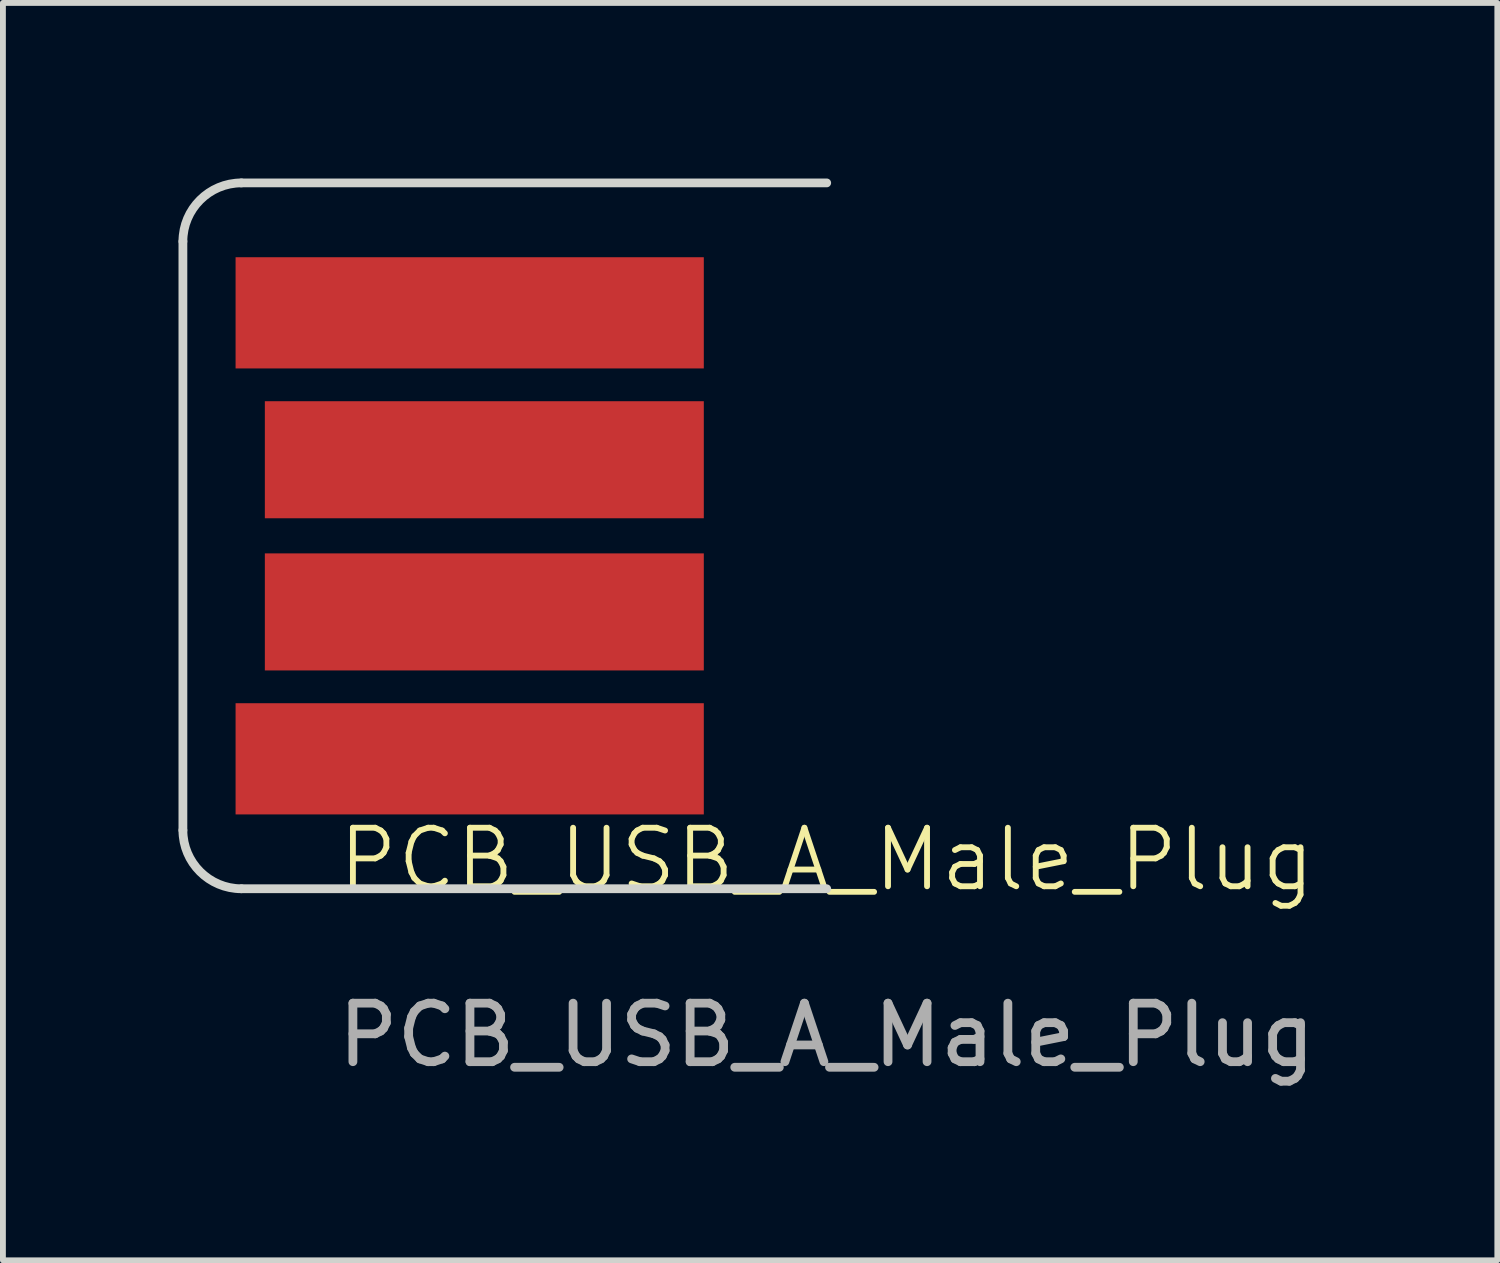
<source format=kicad_pcb>
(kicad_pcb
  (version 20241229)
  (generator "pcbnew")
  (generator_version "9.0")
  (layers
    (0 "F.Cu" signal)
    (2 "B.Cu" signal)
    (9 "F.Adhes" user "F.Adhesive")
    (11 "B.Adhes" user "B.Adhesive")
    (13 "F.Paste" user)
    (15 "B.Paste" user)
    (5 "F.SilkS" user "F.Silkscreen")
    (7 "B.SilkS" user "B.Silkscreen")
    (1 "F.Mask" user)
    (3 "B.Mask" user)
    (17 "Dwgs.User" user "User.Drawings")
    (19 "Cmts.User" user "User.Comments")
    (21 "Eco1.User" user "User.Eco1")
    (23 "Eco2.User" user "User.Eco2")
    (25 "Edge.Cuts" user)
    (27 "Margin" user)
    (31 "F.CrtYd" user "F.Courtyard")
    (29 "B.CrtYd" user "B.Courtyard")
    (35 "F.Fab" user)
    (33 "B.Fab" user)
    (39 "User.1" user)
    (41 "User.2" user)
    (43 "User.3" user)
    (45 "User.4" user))
  (footprint "PCB_USB_A_Male_Plug"
    (layer "F.Cu")
    (at 11.075 12.135)
    (property "Reference" "PCB_USB_A_Male_Plug" (at 0 -0.5 0) (unlocked yes) (layer "F.SilkS") (effects (font (size 1 1) (thickness 0.1))))
    (attr smd)
    (fp_line (start -11 -11.06) (end -11 -1) (stroke (width 0.15) (type solid)) (layer "Edge.Cuts"))
    (fp_line (start -10 -12.06) (end 0 -12.06) (stroke (width 0.15) (type solid)) (layer "Edge.Cuts"))
    (fp_line (start 0 0) (end -10 0) (stroke (width 0.15) (type solid)) (layer "Edge.Cuts"))
    (fp_arc (start -11 -11.06) (mid -10.707107 -11.767107) (end -10 -12.06) (stroke (width 0.15) (type solid)) (layer "Edge.Cuts"))
    (fp_arc (start -10 0) (mid -10.707107 -0.292893) (end -11 -1) (stroke (width 0.15) (type solid)) (layer "Edge.Cuts"))
    (fp_text user "${REFERENCE}" (at 0 2.5 0) (unlocked yes) (layer "F.Fab") (effects (font (size 1 1) (thickness 0.15))))
    (pad "1" connect rect (at -6.1 -2.22 270) (size 1.9 8) (layers "F.Cu" "F.Mask"))
    (pad "2" connect rect (at -5.85 -4.73 270) (size 2 7.5) (layers "F.Cu" "F.Mask"))
    (pad "3" connect rect (at -5.85 -7.33 270) (size 2 7.5) (layers "F.Cu" "F.Mask"))
    (pad "4" connect rect (at -6.1 -9.84 270) (size 1.9 8) (layers "F.Cu" "F.Mask")))
  (gr_rect
    (start -3 -3)
    (end 22.533 18.483)
    (stroke (width 0.1) (type default))
    (fill no)
    (layer "Edge.Cuts")))
</source>
